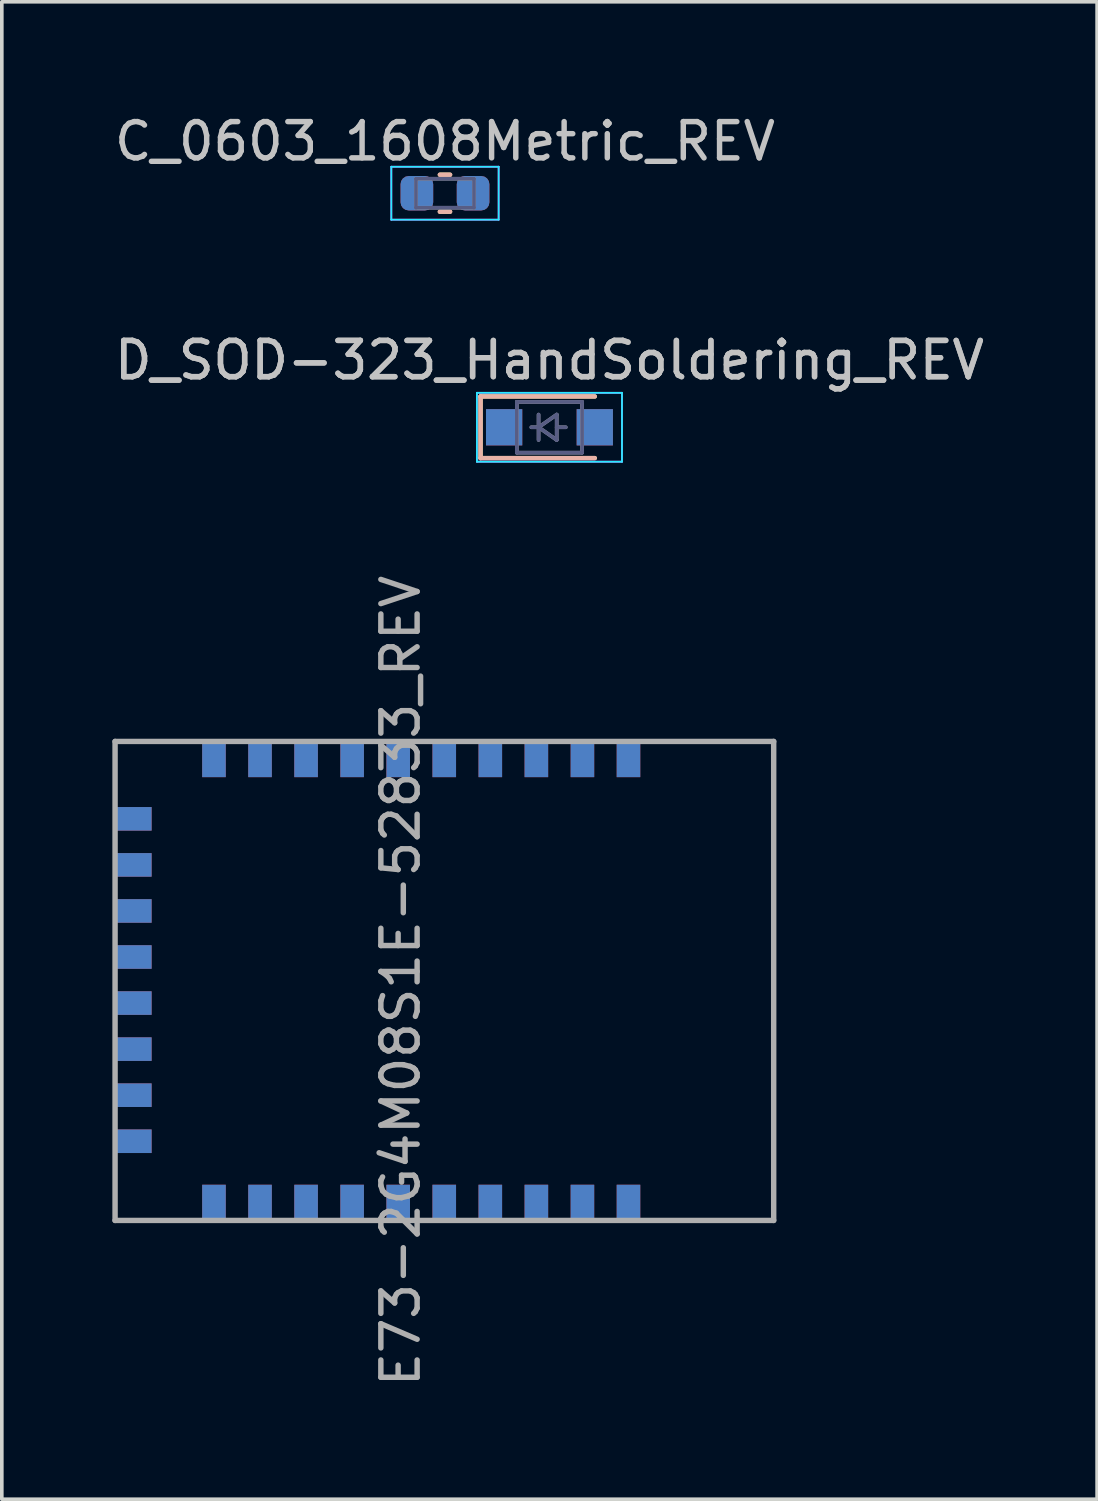
<source format=kicad_pcb>
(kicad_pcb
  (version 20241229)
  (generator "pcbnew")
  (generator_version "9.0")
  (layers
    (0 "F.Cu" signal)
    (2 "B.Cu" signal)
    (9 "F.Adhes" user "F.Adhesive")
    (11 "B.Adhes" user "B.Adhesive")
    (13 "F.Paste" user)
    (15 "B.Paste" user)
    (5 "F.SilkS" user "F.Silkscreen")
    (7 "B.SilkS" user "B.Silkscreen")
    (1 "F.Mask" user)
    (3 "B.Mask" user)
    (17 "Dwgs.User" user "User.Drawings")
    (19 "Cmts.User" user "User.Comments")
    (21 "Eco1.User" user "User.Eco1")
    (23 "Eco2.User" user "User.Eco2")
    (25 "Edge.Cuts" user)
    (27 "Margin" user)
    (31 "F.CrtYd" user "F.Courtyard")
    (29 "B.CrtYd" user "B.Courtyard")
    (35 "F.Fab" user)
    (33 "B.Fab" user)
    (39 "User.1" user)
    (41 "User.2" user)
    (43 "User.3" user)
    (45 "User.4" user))
  (footprint "C_0603_1608Metric_REV"
    (layer "F.Cu")
    (at 9.22 2.278)
    (property "Reference" "C_0603_1608Metric_REV" (at 0 -1.43 0) (layer "Dwgs.User") (effects (font (size 1 1) (thickness 0.15))))
    (attr smd)
    (fp_line (start -0.141 -0.51) (end 0.141 -0.51) (stroke (width 0.12) (type solid)) (layer "F.SilkS"))
    (fp_line (start -0.141 0.51) (end 0.141 0.51) (stroke (width 0.12) (type solid)) (layer "F.SilkS"))
    (fp_line (start -0.141 -0.51) (end 0.141 -0.51) (stroke (width 0.12) (type solid)) (layer "B.SilkS"))
    (fp_line (start -0.141 0.51) (end 0.141 0.51) (stroke (width 0.12) (type solid)) (layer "B.SilkS"))
    (fp_line (start -1.48 -0.73) (end -1.48 0.73) (stroke (width 0.05) (type solid)) (layer "B.CrtYd"))
    (fp_line (start -1.48 0.73) (end 1.48 0.73) (stroke (width 0.05) (type solid)) (layer "B.CrtYd"))
    (fp_line (start 1.48 -0.73) (end -1.48 -0.73) (stroke (width 0.05) (type solid)) (layer "B.CrtYd"))
    (fp_line (start 1.48 0.73) (end 1.48 -0.73) (stroke (width 0.05) (type solid)) (layer "B.CrtYd"))
    (fp_line (start -1.48 -0.73) (end 1.48 -0.73) (stroke (width 0.05) (type solid)) (layer "F.CrtYd"))
    (fp_line (start -1.48 0.73) (end -1.48 -0.73) (stroke (width 0.05) (type solid)) (layer "F.CrtYd"))
    (fp_line (start 1.48 -0.73) (end 1.48 0.73) (stroke (width 0.05) (type solid)) (layer "F.CrtYd"))
    (fp_line (start 1.48 0.73) (end -1.48 0.73) (stroke (width 0.05) (type solid)) (layer "F.CrtYd"))
    (fp_line (start -0.8 -0.4) (end -0.8 0.4) (stroke (width 0.1) (type solid)) (layer "B.Fab"))
    (fp_line (start -0.8 0.4) (end 0.8 0.4) (stroke (width 0.1) (type solid)) (layer "B.Fab"))
    (fp_line (start 0.8 -0.4) (end -0.8 -0.4) (stroke (width 0.1) (type solid)) (layer "B.Fab"))
    (fp_line (start 0.8 0.4) (end 0.8 -0.4) (stroke (width 0.1) (type solid)) (layer "B.Fab"))
    (fp_line (start -0.8 -0.4) (end 0.8 -0.4) (stroke (width 0.1) (type solid)) (layer "F.Fab"))
    (fp_line (start -0.8 0.4) (end -0.8 -0.4) (stroke (width 0.1) (type solid)) (layer "F.Fab"))
    (fp_line (start 0.8 -0.4) (end 0.8 0.4) (stroke (width 0.1) (type solid)) (layer "F.Fab"))
    (fp_line (start 0.8 0.4) (end -0.8 0.4) (stroke (width 0.1) (type solid)) (layer "F.Fab"))
    (pad "1" smd roundrect (at -0.775 0) (size 0.9 0.95) (layers "F.Cu" "F.Mask" "F.Paste") (roundrect_rratio 0.25))
    (pad "1" smd roundrect (at -0.775 0 180) (size 0.9 0.95) (layers "B.Cu" "B.Mask" "B.Paste") (roundrect_rratio 0.25))
    (pad "2" smd roundrect (at 0.775 0) (size 0.9 0.95) (layers "F.Cu" "F.Mask" "F.Paste") (roundrect_rratio 0.25))
    (pad "2" smd roundrect (at 0.775 0 180) (size 0.9 0.95) (layers "B.Cu" "B.Mask" "B.Paste") (roundrect_rratio 0.25)))
  (footprint "E73-2G4M08S1E-52833_REV"
    (layer "F.Cu")
    (at 0.25 23.999)
    (property "Reference" "E73-2G4M08S1E-52833_REV" (at 7.747 -0.000467 270) (layer "F.Fab") (effects (font (size 1 1) (thickness 0.15))))
    (attr through_hole)
    (fp_line (start -0.127 -6.604) (end -0.127 6.604) (stroke (width 0.15) (type solid)) (layer "F.Fab"))
    (fp_line (start -0.127 6.604) (end 18.034 6.604) (stroke (width 0.15) (type solid)) (layer "F.Fab"))
    (fp_line (start 18.034 -6.604) (end -0.127 -6.604) (stroke (width 0.15) (type solid)) (layer "F.Fab"))
    (fp_line (start 18.034 6.604) (end 18.034 -6.604) (stroke (width 0.15) (type solid)) (layer "F.Fab"))
    (pad "1" smd rect (at 14.03 -6.119) (size 0.65 1) (layers "F.Cu" "F.Mask" "F.Paste"))
    (pad "1" smd rect (at 14.03 6.12 180) (size 0.65 1) (layers "B.Cu" "B.Mask" "B.Paste"))
    (pad "2" smd rect (at 12.76 -6.119) (size 0.65 1) (layers "F.Cu" "F.Mask" "F.Paste"))
    (pad "2" smd rect (at 12.76 6.12 180) (size 0.65 1) (layers "B.Cu" "B.Mask" "B.Paste"))
    (pad "3" smd rect (at 11.49 -6.119) (size 0.65 1) (layers "F.Cu" "F.Mask" "F.Paste"))
    (pad "3" smd rect (at 11.49 6.12 180) (size 0.65 1) (layers "B.Cu" "B.Mask" "B.Paste"))
    (pad "4" smd rect (at 10.22 -6.119) (size 0.65 1) (layers "F.Cu" "F.Mask" "F.Paste"))
    (pad "4" smd rect (at 10.22 6.12 180) (size 0.65 1) (layers "B.Cu" "B.Mask" "B.Paste"))
    (pad "5" smd rect (at 8.95 -6.119) (size 0.65 1) (layers "F.Cu" "F.Mask" "F.Paste"))
    (pad "5" smd rect (at 8.95 6.12 180) (size 0.65 1) (layers "B.Cu" "B.Mask" "B.Paste"))
    (pad "6" smd rect (at 7.68 -6.119) (size 0.65 1) (layers "F.Cu" "F.Mask" "F.Paste"))
    (pad "6" smd rect (at 7.68 6.12 180) (size 0.65 1) (layers "B.Cu" "B.Mask" "B.Paste"))
    (pad "7" smd rect (at 6.41 -6.119) (size 0.65 1) (layers "F.Cu" "F.Mask" "F.Paste"))
    (pad "7" smd rect (at 6.41 6.12 180) (size 0.65 1) (layers "B.Cu" "B.Mask" "B.Paste"))
    (pad "8" smd rect (at 5.14 -6.119) (size 0.65 1) (layers "F.Cu" "F.Mask" "F.Paste"))
    (pad "8" smd rect (at 5.14 6.12 180) (size 0.65 1) (layers "B.Cu" "B.Mask" "B.Paste"))
    (pad "9" smd rect (at 3.87 -6.119) (size 0.65 1) (layers "F.Cu" "F.Mask" "F.Paste"))
    (pad "9" smd rect (at 3.87 6.12 180) (size 0.65 1) (layers "B.Cu" "B.Mask" "B.Paste"))
    (pad "10" smd rect (at 2.6 -6.119) (size 0.65 1) (layers "F.Cu" "F.Mask" "F.Paste"))
    (pad "10" smd rect (at 2.6 6.12 180) (size 0.65 1) (layers "B.Cu" "B.Mask" "B.Paste"))
    (pad "11" smd rect (at 0.38 4.42 90) (size 0.65 1) (layers "B.Cu" "B.Mask" "B.Paste"))
    (pad "11" smd rect (at 0.381 -4.47 90) (size 0.65 1) (layers "F.Cu" "F.Mask" "F.Paste"))
    (pad "13" smd rect (at 0.38 3.15 90) (size 0.65 1) (layers "B.Cu" "B.Mask" "B.Paste"))
    (pad "13" smd rect (at 0.381 -3.2 90) (size 0.65 1) (layers "F.Cu" "F.Mask" "F.Paste"))
    (pad "15" smd rect (at 0.38 1.88 90) (size 0.65 1) (layers "B.Cu" "B.Mask" "B.Paste"))
    (pad "15" smd rect (at 0.381 -1.93 90) (size 0.65 1) (layers "F.Cu" "F.Mask" "F.Paste"))
    (pad "17" smd rect (at 0.38 0.61 90) (size 0.65 1) (layers "B.Cu" "B.Mask" "B.Paste"))
    (pad "17" smd rect (at 0.381 -0.66 90) (size 0.65 1) (layers "F.Cu" "F.Mask" "F.Paste"))
    (pad "19" smd rect (at 0.38 -0.66 90) (size 0.65 1) (layers "B.Cu" "B.Mask" "B.Paste"))
    (pad "19" smd rect (at 0.381 0.61 90) (size 0.65 1) (layers "F.Cu" "F.Mask" "F.Paste"))
    (pad "21" smd rect (at 0.38 -1.93 90) (size 0.65 1) (layers "B.Cu" "B.Mask" "B.Paste"))
    (pad "21" smd rect (at 0.381 1.88 90) (size 0.65 1) (layers "F.Cu" "F.Mask" "F.Paste"))
    (pad "23" smd rect (at 0.38 -3.2 90) (size 0.65 1) (layers "B.Cu" "B.Mask" "B.Paste"))
    (pad "23" smd rect (at 0.381 3.15 90) (size 0.65 1) (layers "F.Cu" "F.Mask" "F.Paste"))
    (pad "25" smd rect (at 0.38 -4.47 90) (size 0.65 1) (layers "B.Cu" "B.Mask" "B.Paste"))
    (pad "25" smd rect (at 0.381 4.42 90) (size 0.65 1) (layers "F.Cu" "F.Mask" "F.Paste"))
    (pad "26" smd rect (at 2.6 -6.12 180) (size 0.65 1) (layers "B.Cu" "B.Mask" "B.Paste"))
    (pad "26" smd rect (at 2.6 6.119) (size 0.65 1) (layers "F.Cu" "F.Mask" "F.Paste"))
    (pad "27" smd rect (at 3.87 -6.12 180) (size 0.65 1) (layers "B.Cu" "B.Mask" "B.Paste"))
    (pad "27" smd rect (at 3.87 6.119) (size 0.65 1) (layers "F.Cu" "F.Mask" "F.Paste"))
    (pad "29" smd rect (at 5.14 -6.12 180) (size 0.65 1) (layers "B.Cu" "B.Mask" "B.Paste"))
    (pad "29" smd rect (at 5.14 6.119) (size 0.65 1) (layers "F.Cu" "F.Mask" "F.Paste"))
    (pad "31" smd rect (at 6.41 -6.12 180) (size 0.65 1) (layers "B.Cu" "B.Mask" "B.Paste"))
    (pad "31" smd rect (at 6.41 6.119) (size 0.65 1) (layers "F.Cu" "F.Mask" "F.Paste"))
    (pad "33" smd rect (at 7.68 -6.12 180) (size 0.65 1) (layers "B.Cu" "B.Mask" "B.Paste"))
    (pad "33" smd rect (at 7.68 6.119) (size 0.65 1) (layers "F.Cu" "F.Mask" "F.Paste"))
    (pad "35" smd rect (at 8.95 -6.12 180) (size 0.65 1) (layers "B.Cu" "B.Mask" "B.Paste"))
    (pad "35" smd rect (at 8.95 6.119) (size 0.65 1) (layers "F.Cu" "F.Mask" "F.Paste"))
    (pad "37" smd rect (at 10.22 -6.12 180) (size 0.65 1) (layers "B.Cu" "B.Mask" "B.Paste"))
    (pad "37" smd rect (at 10.22 6.119) (size 0.65 1) (layers "F.Cu" "F.Mask" "F.Paste"))
    (pad "39" smd rect (at 11.49 -6.12 180) (size 0.65 1) (layers "B.Cu" "B.Mask" "B.Paste"))
    (pad "39" smd rect (at 11.49 6.119) (size 0.65 1) (layers "F.Cu" "F.Mask" "F.Paste"))
    (pad "41" smd rect (at 12.76 -6.12 180) (size 0.65 1) (layers "B.Cu" "B.Mask" "B.Paste"))
    (pad "41" smd rect (at 12.76 6.119) (size 0.65 1) (layers "F.Cu" "F.Mask" "F.Paste"))
    (pad "43" smd rect (at 14.03 -6.12 180) (size 0.65 1) (layers "B.Cu" "B.Mask" "B.Paste"))
    (pad "43" smd rect (at 14.03 6.119) (size 0.65 1) (layers "F.Cu" "F.Mask" "F.Paste")))
  (footprint "D_SOD-323_HandSoldering_REV"
    (layer "F.Cu")
    (at 12.101 8.732)
    (property "Reference" "D_SOD-323_HandSoldering_REV" (at 0 -1.85 0) (layer "Dwgs.User") (effects (font (size 1 1) (thickness 0.15))))
    (attr smd)
    (fp_line (start -1.9 -0.85) (end -1.9 0.85) (stroke (width 0.12) (type solid)) (layer "F.SilkS"))
    (fp_line (start -1.9 -0.85) (end 1.25 -0.85) (stroke (width 0.12) (type solid)) (layer "F.SilkS"))
    (fp_line (start -1.9 0.85) (end 1.25 0.85) (stroke (width 0.12) (type solid)) (layer "F.SilkS"))
    (fp_line (start -1.9 -0.85) (end 1.25 -0.85) (stroke (width 0.12) (type solid)) (layer "B.SilkS"))
    (fp_line (start -1.9 0.85) (end -1.9 -0.85) (stroke (width 0.12) (type solid)) (layer "B.SilkS"))
    (fp_line (start -1.9 0.85) (end 1.25 0.85) (stroke (width 0.12) (type solid)) (layer "B.SilkS"))
    (fp_line (start -2 -0.95) (end 2 -0.95) (stroke (width 0.05) (type solid)) (layer "B.CrtYd"))
    (fp_line (start -2 0.95) (end -2 -0.95) (stroke (width 0.05) (type solid)) (layer "B.CrtYd"))
    (fp_line (start -2 0.95) (end 2 0.95) (stroke (width 0.05) (type solid)) (layer "B.CrtYd"))
    (fp_line (start 2 0.95) (end 2 -0.95) (stroke (width 0.05) (type solid)) (layer "B.CrtYd"))
    (fp_line (start -2 -0.95) (end -2 0.95) (stroke (width 0.05) (type solid)) (layer "F.CrtYd"))
    (fp_line (start -2 -0.95) (end 2 -0.95) (stroke (width 0.05) (type solid)) (layer "F.CrtYd"))
    (fp_line (start -2 0.95) (end 2 0.95) (stroke (width 0.05) (type solid)) (layer "F.CrtYd"))
    (fp_line (start 2 -0.95) (end 2 0.95) (stroke (width 0.05) (type solid)) (layer "F.CrtYd"))
    (fp_line (start -0.9 -0.7) (end -0.9 0.7) (stroke (width 0.1) (type solid)) (layer "B.Fab"))
    (fp_line (start -0.9 0.7) (end 0.9 0.7) (stroke (width 0.1) (type solid)) (layer "B.Fab"))
    (fp_line (start -0.3 0) (end -0.5 0) (stroke (width 0.1) (type solid)) (layer "B.Fab"))
    (fp_line (start -0.3 0) (end 0.2 0.35) (stroke (width 0.1) (type solid)) (layer "B.Fab"))
    (fp_line (start -0.3 0.35) (end -0.3 -0.35) (stroke (width 0.1) (type solid)) (layer "B.Fab"))
    (fp_line (start 0.2 -0.35) (end -0.3 0) (stroke (width 0.1) (type solid)) (layer "B.Fab"))
    (fp_line (start 0.2 0) (end 0.45 0) (stroke (width 0.1) (type solid)) (layer "B.Fab"))
    (fp_line (start 0.2 0.35) (end 0.2 -0.35) (stroke (width 0.1) (type solid)) (layer "B.Fab"))
    (fp_line (start 0.9 -0.7) (end -0.9 -0.7) (stroke (width 0.1) (type solid)) (layer "B.Fab"))
    (fp_line (start 0.9 0.7) (end 0.9 -0.7) (stroke (width 0.1) (type solid)) (layer "B.Fab"))
    (fp_line (start -0.9 -0.7) (end 0.9 -0.7) (stroke (width 0.1) (type solid)) (layer "F.Fab"))
    (fp_line (start -0.9 0.7) (end -0.9 -0.7) (stroke (width 0.1) (type solid)) (layer "F.Fab"))
    (fp_line (start -0.3 -0.35) (end -0.3 0.35) (stroke (width 0.1) (type solid)) (layer "F.Fab"))
    (fp_line (start -0.3 0) (end -0.5 0) (stroke (width 0.1) (type solid)) (layer "F.Fab"))
    (fp_line (start -0.3 0) (end 0.2 -0.35) (stroke (width 0.1) (type solid)) (layer "F.Fab"))
    (fp_line (start 0.2 -0.35) (end 0.2 0.35) (stroke (width 0.1) (type solid)) (layer "F.Fab"))
    (fp_line (start 0.2 0) (end 0.45 0) (stroke (width 0.1) (type solid)) (layer "F.Fab"))
    (fp_line (start 0.2 0.35) (end -0.3 0) (stroke (width 0.1) (type solid)) (layer "F.Fab"))
    (fp_line (start 0.9 -0.7) (end 0.9 0.7) (stroke (width 0.1) (type solid)) (layer "F.Fab"))
    (fp_line (start 0.9 0.7) (end -0.9 0.7) (stroke (width 0.1) (type solid)) (layer "F.Fab"))
    (fp_text user "${REFERENCE}" (at 0 -1.85 0) (layer "F.Fab") (effects (font (size 1 1) (thickness 0.15))))
    (pad "1" smd rect (at -1.25 0) (size 1 1) (layers "F.Cu" "F.Mask" "F.Paste"))
    (pad "1" smd rect (at -1.25 0 180) (size 1 1) (layers "B.Cu" "B.Mask" "B.Paste"))
    (pad "2" smd rect (at 1.25 0) (size 1 1) (layers "F.Cu" "F.Mask" "F.Paste"))
    (pad "2" smd rect (at 1.25 0 180) (size 1 1) (layers "B.Cu" "B.Mask" "B.Paste")))
  (gr_rect
    (start -3 -3)
    (end 27.202 38.29)
    (stroke (width 0.1) (type default))
    (fill no)
    (layer "Edge.Cuts")))
</source>
